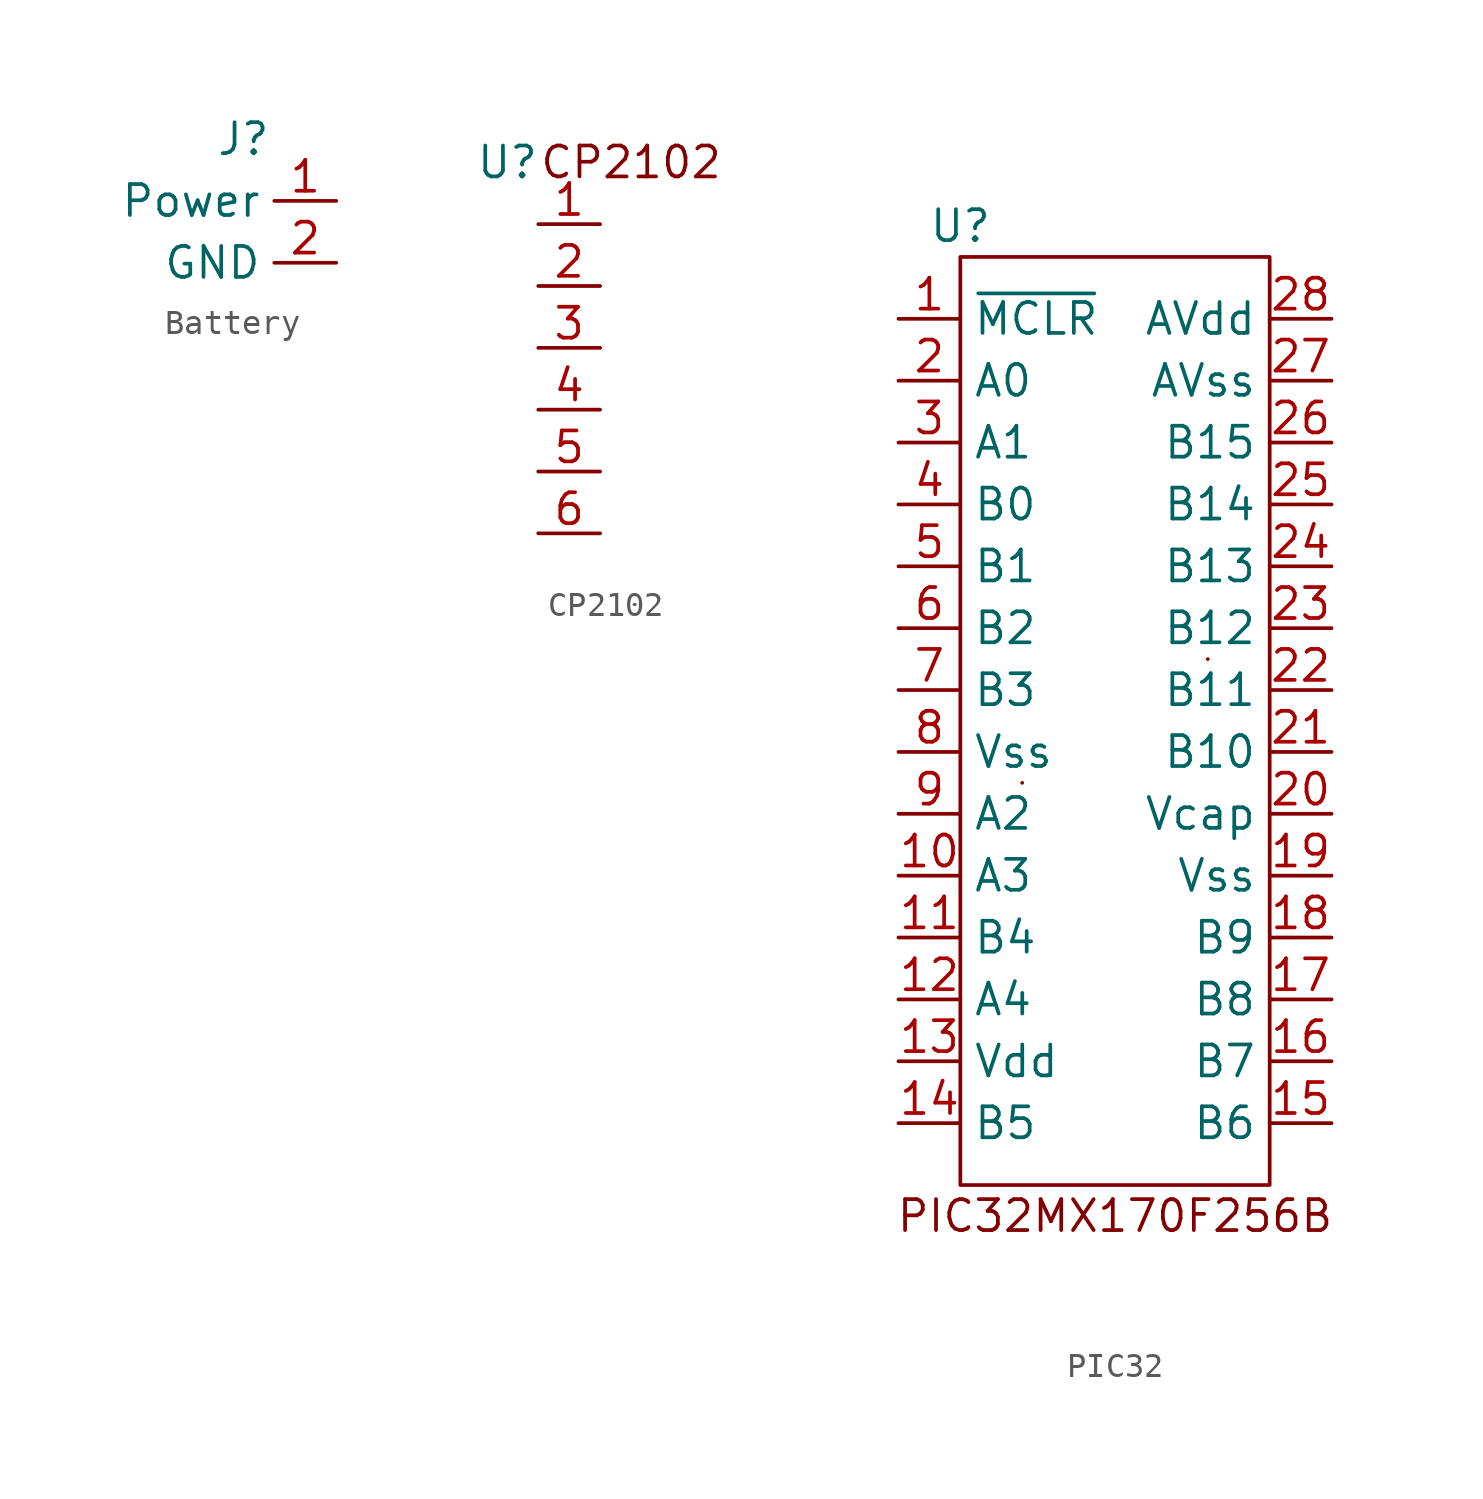
<source format=kicad_sym>
(kicad_symbol_lib
  (version 20220914)
  (generator kicad_symbol_editor)
  (symbol "Battery"
    (property "Reference" "J"
      (at -2.54 3.81 0)
      (effects (font (size 1.27 1.27))))
    (property "Value" ""
      (at 0 0 0)
      (effects (font (size 1.27 1.27))))
    (symbol "Battery_1_1"
      (pin input line (at 1.27 1.27 180) (length 2.54) (name "Power" (effects (font (size 1.27 1.27)))) (number "1" (effects (font (size 1.27 1.27)))))
      (pin input line (at 1.27 -1.27 180) (length 2.54) (name "GND" (effects (font (size 1.27 1.27)))) (number "2" (effects (font (size 1.27 1.27)))))))
  (symbol "CP2102"
    (property "Reference" "U"
      (at -3.81 8.89 0)
      (effects (font (size 1.27 1.27))))
    (property "Value" ""
      (at -3.81 8.89 0)
      (effects (font (size 1.27 1.27))))
    (symbol "CP2102_1_1"
      (text "CP2102" (at 1.27 8.89 0) (effects (font (size 1.27 1.27))))
      (pin input line (at 0 6.35 180) (length 2.54) (name "" (effects (font (size 1.27 1.27)))) (number "1" (effects (font (size 1.27 1.27)))))
      (pin input line (at 0 3.81 180) (length 2.54) (name "" (effects (font (size 1.27 1.27)))) (number "2" (effects (font (size 1.27 1.27)))))
      (pin input line (at 0 1.27 180) (length 2.54) (name "" (effects (font (size 1.27 1.27)))) (number "3" (effects (font (size 1.27 1.27)))))
      (pin input line (at 0 -1.27 180) (length 2.54) (name "" (effects (font (size 1.27 1.27)))) (number "4" (effects (font (size 1.27 1.27)))))
      (pin input line (at 0 -3.81 180) (length 2.54) (name "" (effects (font (size 1.27 1.27)))) (number "5" (effects (font (size 1.27 1.27)))))
      (pin input line (at 0 -6.35 180) (length 2.54) (name "" (effects (font (size 1.27 1.27)))) (number "6" (effects (font (size 1.27 1.27)))))))
  (symbol "PIC32"
    (property "Reference" "U"
      (at -6.35 20.32 0)
      (effects (font (size 1.27 1.27))))
    (property "Value" ""
      (at 1.27 10.16 0)
      (effects (font (size 1.27 1.27))))
    (symbol "PIC32_0_1"
      (rectangle (start -6.35 19.05) (end 6.35 -19.05) (stroke (width 0) (type default)) (fill (type none)))
      (rectangle (start -3.81 -2.54) (end -3.81 -2.54) (stroke (width 0) (type default)) (fill (type none)))
      (rectangle (start 3.81 2.54) (end 3.81 2.54) (stroke (width 0) (type default)) (fill (type none))))
    (symbol "PIC32_1_1"
      (text "PIC32MX170F256B" (at 0 -20.32 0) (effects (font (size 1.27 1.27))))
      (pin input line (at -8.89 16.51 0) (length 2.54) (name "~{MCLR}" (effects (font (size 1.27 1.27)))) (number "1" (effects (font (size 1.27 1.27)))))
      (pin input line (at -8.89 -6.35 0) (length 2.54) (name "A3" (effects (font (size 1.27 1.27)))) (number "10" (effects (font (size 1.27 1.27)))))
      (pin input line (at -8.89 -8.89 0) (length 2.54) (name "B4" (effects (font (size 1.27 1.27)))) (number "11" (effects (font (size 1.27 1.27)))))
      (pin input line (at -8.89 -11.43 0) (length 2.54) (name "A4" (effects (font (size 1.27 1.27)))) (number "12" (effects (font (size 1.27 1.27)))))
      (pin input line (at -8.89 -13.97 0) (length 2.54) (name "Vdd" (effects (font (size 1.27 1.27)))) (number "13" (effects (font (size 1.27 1.27)))))
      (pin input line (at -8.89 -16.51 0) (length 2.54) (name "B5" (effects (font (size 1.27 1.27)))) (number "14" (effects (font (size 1.27 1.27)))))
      (pin input line (at 8.89 -16.51 180) (length 2.54) (name "B6" (effects (font (size 1.27 1.27)))) (number "15" (effects (font (size 1.27 1.27)))))
      (pin input line (at 8.89 -13.97 180) (length 2.54) (name "B7" (effects (font (size 1.27 1.27)))) (number "16" (effects (font (size 1.27 1.27)))))
      (pin input line (at 8.89 -11.43 180) (length 2.54) (name "B8" (effects (font (size 1.27 1.27)))) (number "17" (effects (font (size 1.27 1.27)))))
      (pin input line (at 8.89 -8.89 180) (length 2.54) (name "B9" (effects (font (size 1.27 1.27)))) (number "18" (effects (font (size 1.27 1.27)))))
      (pin input line (at 8.89 -6.35 180) (length 2.54) (name "Vss" (effects (font (size 1.27 1.27)))) (number "19" (effects (font (size 1.27 1.27)))))
      (pin input line (at -8.89 13.97 0) (length 2.54) (name "A0" (effects (font (size 1.27 1.27)))) (number "2" (effects (font (size 1.27 1.27)))))
      (pin input line (at 8.89 -3.81 180) (length 2.54) (name "Vcap" (effects (font (size 1.27 1.27)))) (number "20" (effects (font (size 1.27 1.27)))))
      (pin input line (at 8.89 -1.27 180) (length 2.54) (name "B10" (effects (font (size 1.27 1.27)))) (number "21" (effects (font (size 1.27 1.27)))))
      (pin input line (at 8.89 1.27 180) (length 2.54) (name "B11" (effects (font (size 1.27 1.27)))) (number "22" (effects (font (size 1.27 1.27)))))
      (pin input line (at 8.89 3.81 180) (length 2.54) (name "B12" (effects (font (size 1.27 1.27)))) (number "23" (effects (font (size 1.27 1.27)))))
      (pin input line (at 8.89 6.35 180) (length 2.54) (name "B13" (effects (font (size 1.27 1.27)))) (number "24" (effects (font (size 1.27 1.27)))))
      (pin input line (at 8.89 8.89 180) (length 2.54) (name "B14" (effects (font (size 1.27 1.27)))) (number "25" (effects (font (size 1.27 1.27)))))
      (pin input line (at 8.89 11.43 180) (length 2.54) (name "B15" (effects (font (size 1.27 1.27)))) (number "26" (effects (font (size 1.27 1.27)))))
      (pin input line (at 8.89 13.97 180) (length 2.54) (name "AVss" (effects (font (size 1.27 1.27)))) (number "27" (effects (font (size 1.27 1.27)))))
      (pin input line (at 8.89 16.51 180) (length 2.54) (name "AVdd" (effects (font (size 1.27 1.27)))) (number "28" (effects (font (size 1.27 1.27)))))
      (pin input line (at -8.89 11.43 0) (length 2.54) (name "A1" (effects (font (size 1.27 1.27)))) (number "3" (effects (font (size 1.27 1.27)))))
      (pin input line (at -8.89 8.89 0) (length 2.54) (name "B0" (effects (font (size 1.27 1.27)))) (number "4" (effects (font (size 1.27 1.27)))))
      (pin input line (at -8.89 6.35 0) (length 2.54) (name "B1" (effects (font (size 1.27 1.27)))) (number "5" (effects (font (size 1.27 1.27)))))
      (pin input line (at -8.89 3.81 0) (length 2.54) (name "B2" (effects (font (size 1.27 1.27)))) (number "6" (effects (font (size 1.27 1.27)))))
      (pin input line (at -8.89 1.27 0) (length 2.54) (name "B3" (effects (font (size 1.27 1.27)))) (number "7" (effects (font (size 1.27 1.27)))))
      (pin input line (at -8.89 -1.27 0) (length 2.54) (name "Vss" (effects (font (size 1.27 1.27)))) (number "8" (effects (font (size 1.27 1.27)))))
      (pin input line (at -8.89 -3.81 0) (length 2.54) (name "A2" (effects (font (size 1.27 1.27)))) (number "9" (effects (font (size 1.27 1.27))))))))
</source>
